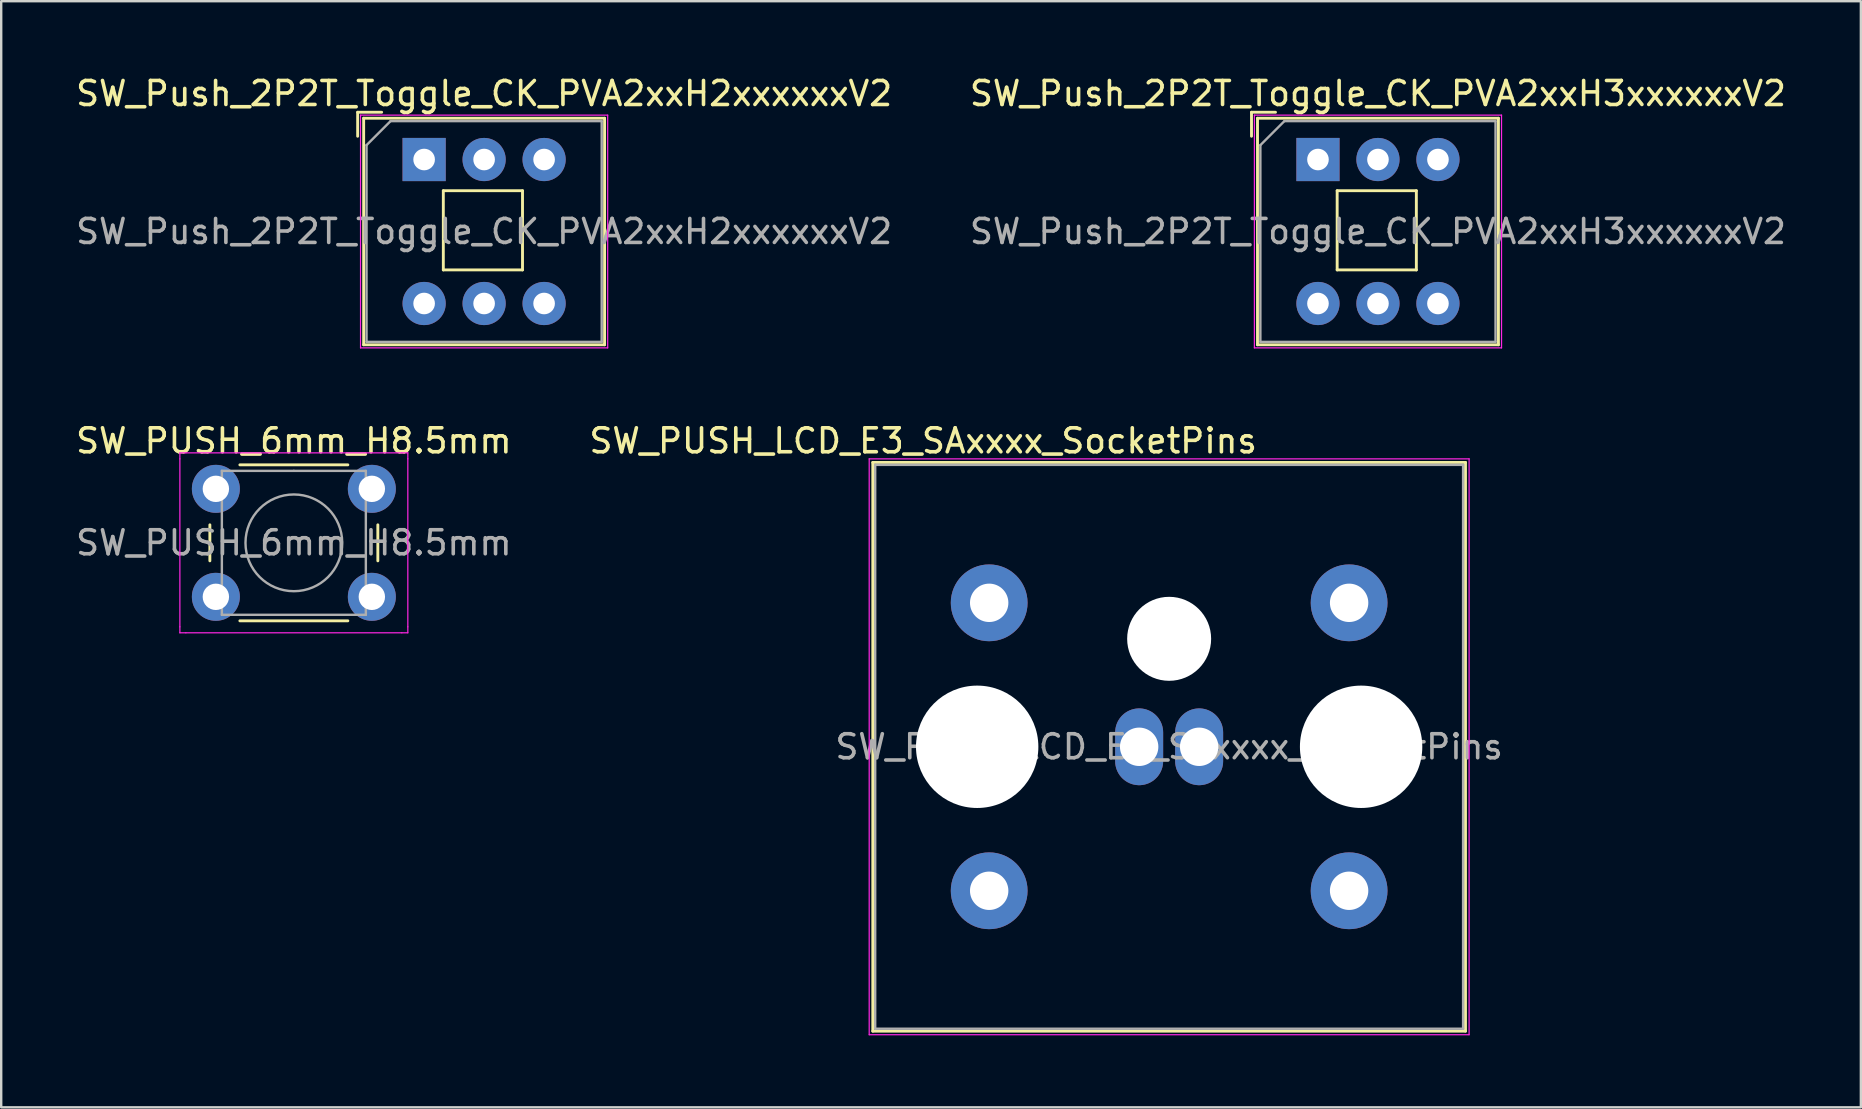
<source format=kicad_pcb>
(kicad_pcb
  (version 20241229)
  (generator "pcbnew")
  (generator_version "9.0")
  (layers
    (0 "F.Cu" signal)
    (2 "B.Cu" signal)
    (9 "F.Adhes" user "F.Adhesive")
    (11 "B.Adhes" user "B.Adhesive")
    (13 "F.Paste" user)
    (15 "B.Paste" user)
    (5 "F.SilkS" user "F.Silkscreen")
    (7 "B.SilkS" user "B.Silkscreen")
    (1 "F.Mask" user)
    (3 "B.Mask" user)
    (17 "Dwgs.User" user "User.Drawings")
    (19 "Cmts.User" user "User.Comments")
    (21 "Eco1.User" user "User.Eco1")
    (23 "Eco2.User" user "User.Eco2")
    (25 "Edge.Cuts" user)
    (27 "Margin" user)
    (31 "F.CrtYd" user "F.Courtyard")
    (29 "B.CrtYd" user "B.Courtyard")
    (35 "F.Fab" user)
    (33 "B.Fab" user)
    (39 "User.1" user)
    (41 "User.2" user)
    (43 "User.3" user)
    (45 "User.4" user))
  (footprint "SW_Push_2P2T_Toggle_CK_PVA2xxH3xxxxxxV2"
    (layer "F.Cu")
    (at 51.875 3.598)
    (property "Reference" "SW_Push_2P2T_Toggle_CK_PVA2xxH3xxxxxxV2" (at 2.5 -2.75 0) (layer "F.SilkS") (effects (font (size 1 1) (thickness 0.15))))
    (attr through_hole)
    (fp_line (start -2.77 -0.97) (end -2.77 -1.97) (stroke (width 0.12) (type solid)) (layer "F.SilkS"))
    (fp_line (start -2.52 7.72) (end -2.52 -1.72) (stroke (width 0.12) (type solid)) (layer "F.SilkS"))
    (fp_line (start -1.77 -1.97) (end -2.77 -1.97) (stroke (width 0.12) (type solid)) (layer "F.SilkS"))
    (fp_line (start 0.8 1.3) (end 0.8 4.6) (stroke (width 0.12) (type solid)) (layer "F.SilkS"))
    (fp_line (start 4.1 1.3) (end 0.8 1.3) (stroke (width 0.12) (type solid)) (layer "F.SilkS"))
    (fp_line (start 4.1 1.3) (end 4.1 4.6) (stroke (width 0.12) (type solid)) (layer "F.SilkS"))
    (fp_line (start 4.1 4.6) (end 0.8 4.6) (stroke (width 0.12) (type solid)) (layer "F.SilkS"))
    (fp_line (start 7.52 -1.72) (end -2.52 -1.72) (stroke (width 0.12) (type solid)) (layer "F.SilkS"))
    (fp_line (start 7.52 7.72) (end -2.52 7.72) (stroke (width 0.12) (type solid)) (layer "F.SilkS"))
    (fp_line (start 7.52 7.72) (end 7.52 -1.72) (stroke (width 0.12) (type solid)) (layer "F.SilkS"))
    (fp_line (start -2.65 -1.85) (end 7.65 -1.85) (stroke (width 0.05) (type solid)) (layer "F.CrtYd"))
    (fp_line (start -2.65 7.85) (end -2.65 -1.85) (stroke (width 0.05) (type solid)) (layer "F.CrtYd"))
    (fp_line (start -2.65 7.85) (end 7.65 7.85) (stroke (width 0.05) (type solid)) (layer "F.CrtYd"))
    (fp_line (start 7.65 -1.85) (end 7.65 7.85) (stroke (width 0.05) (type solid)) (layer "F.CrtYd"))
    (fp_line (start -2.4 -0.6) (end -1.4 -1.6) (stroke (width 0.1) (type solid)) (layer "F.Fab"))
    (fp_line (start -2.4 7.6) (end -2.4 -0.6) (stroke (width 0.1) (type solid)) (layer "F.Fab"))
    (fp_line (start -1.4 -1.6) (end 7.4 -1.6) (stroke (width 0.1) (type solid)) (layer "F.Fab"))
    (fp_line (start 7.4 -1.6) (end 7.4 7.6) (stroke (width 0.1) (type solid)) (layer "F.Fab"))
    (fp_line (start 7.4 7.6) (end -2.4 7.6) (stroke (width 0.1) (type solid)) (layer "F.Fab"))
    (fp_text user "${REFERENCE}" (at 2.5 3 0) (layer "F.Fab") (effects (font (size 1 1) (thickness 0.15))))
    (pad "1" thru_hole rect (at 0 0) (size 1.8 1.8) (drill 0.9) (layers "*.Cu" "*.Mask"))
    (pad "2" thru_hole circle (at 2.5 0) (size 1.8 1.8) (drill 0.9) (layers "*.Cu" "*.Mask"))
    (pad "3" thru_hole circle (at 5 0) (size 1.8 1.8) (drill 0.9) (layers "*.Cu" "*.Mask"))
    (pad "4" thru_hole circle (at 0 6) (size 1.8 1.8) (drill 0.9) (layers "*.Cu" "*.Mask"))
    (pad "5" thru_hole circle (at 2.5 6) (size 1.8 1.8) (drill 0.9) (layers "*.Cu" "*.Mask"))
    (pad "6" thru_hole circle (at 5 6) (size 1.8 1.8) (drill 0.9) (layers "*.Cu" "*.Mask")))
  (footprint "SW_PUSH_6mm_H8.5mm"
    (layer "F.Cu")
    (at 5.946 17.322)
    (property "Reference" "SW_PUSH_6mm_H8.5mm" (at 3.25 -2 0) (layer "F.SilkS") (effects (font (size 1 1) (thickness 0.15))))
    (attr through_hole)
    (fp_line (start -0.25 1.5) (end -0.25 3) (stroke (width 0.12) (type solid)) (layer "F.SilkS"))
    (fp_line (start 1 5.5) (end 5.5 5.5) (stroke (width 0.12) (type solid)) (layer "F.SilkS"))
    (fp_line (start 5.5 -1) (end 1 -1) (stroke (width 0.12) (type solid)) (layer "F.SilkS"))
    (fp_line (start 6.75 3) (end 6.75 1.5) (stroke (width 0.12) (type solid)) (layer "F.SilkS"))
    (fp_line (start -1.5 -1.5) (end -1.25 -1.5) (stroke (width 0.05) (type solid)) (layer "F.CrtYd"))
    (fp_line (start -1.5 -1.25) (end -1.5 -1.5) (stroke (width 0.05) (type solid)) (layer "F.CrtYd"))
    (fp_line (start -1.5 5.75) (end -1.5 -1.25) (stroke (width 0.05) (type solid)) (layer "F.CrtYd"))
    (fp_line (start -1.5 5.75) (end -1.5 6) (stroke (width 0.05) (type solid)) (layer "F.CrtYd"))
    (fp_line (start -1.5 6) (end -1.25 6) (stroke (width 0.05) (type solid)) (layer "F.CrtYd"))
    (fp_line (start -1.25 -1.5) (end 7.75 -1.5) (stroke (width 0.05) (type solid)) (layer "F.CrtYd"))
    (fp_line (start 7.75 -1.5) (end 8 -1.5) (stroke (width 0.05) (type solid)) (layer "F.CrtYd"))
    (fp_line (start 7.75 6) (end -1.25 6) (stroke (width 0.05) (type solid)) (layer "F.CrtYd"))
    (fp_line (start 7.75 6) (end 8 6) (stroke (width 0.05) (type solid)) (layer "F.CrtYd"))
    (fp_line (start 8 -1.5) (end 8 -1.25) (stroke (width 0.05) (type solid)) (layer "F.CrtYd"))
    (fp_line (start 8 -1.25) (end 8 5.75) (stroke (width 0.05) (type solid)) (layer "F.CrtYd"))
    (fp_line (start 8 6) (end 8 5.75) (stroke (width 0.05) (type solid)) (layer "F.CrtYd"))
    (fp_line (start 0.25 -0.75) (end 3.25 -0.75) (stroke (width 0.1) (type solid)) (layer "F.Fab"))
    (fp_line (start 0.25 5.25) (end 0.25 -0.75) (stroke (width 0.1) (type solid)) (layer "F.Fab"))
    (fp_line (start 3.25 -0.75) (end 6.25 -0.75) (stroke (width 0.1) (type solid)) (layer "F.Fab"))
    (fp_line (start 6.25 -0.75) (end 6.25 5.25) (stroke (width 0.1) (type solid)) (layer "F.Fab"))
    (fp_line (start 6.25 5.25) (end 0.25 5.25) (stroke (width 0.1) (type solid)) (layer "F.Fab"))
    (fp_circle (center 3.25 2.25) (end 1.25 2.5) (stroke (width 0.1) (type solid)) (fill no) (layer "F.Fab"))
    (fp_text user "${REFERENCE}" (at 3.25 2.25 0) (layer "F.Fab") (effects (font (size 1 1) (thickness 0.15))))
    (pad "1" thru_hole circle (at 0 0 90) (size 2 2) (drill 1.1) (layers "*.Cu" "*.Mask"))
    (pad "1" thru_hole circle (at 6.5 0 90) (size 2 2) (drill 1.1) (layers "*.Cu" "*.Mask"))
    (pad "2" thru_hole circle (at 0 4.5 90) (size 2 2) (drill 1.1) (layers "*.Cu" "*.Mask"))
    (pad "2" thru_hole circle (at 6.5 4.5 90) (size 2 2) (drill 1.1) (layers "*.Cu" "*.Mask")))
  (footprint "SW_PUSH_LCD_E3_SAxxxx_SocketPins"
    (layer "F.Cu")
    (at 53.173 22.072)
    (property "Reference" "SW_PUSH_LCD_E3_SAxxxx_SocketPins" (at -17.75 -6.75 0) (layer "F.SilkS") (effects (font (size 1 1) (thickness 0.15))))
    (attr through_hole)
    (fp_line (start -19.85 -5.85) (end -19.85 17.85) (stroke (width 0.12) (type solid)) (layer "F.SilkS"))
    (fp_line (start -19.85 17.85) (end 4.85 17.85) (stroke (width 0.12) (type solid)) (layer "F.SilkS"))
    (fp_line (start 4.85 -5.85) (end -19.85 -5.85) (stroke (width 0.12) (type solid)) (layer "F.SilkS"))
    (fp_line (start 4.85 17.85) (end 4.85 -5.85) (stroke (width 0.12) (type solid)) (layer "F.SilkS"))
    (fp_line (start -20 -6) (end -20 18) (stroke (width 0.05) (type solid)) (layer "F.CrtYd"))
    (fp_line (start -20 18) (end 5 18) (stroke (width 0.05) (type solid)) (layer "F.CrtYd"))
    (fp_line (start 5 -6) (end -20 -6) (stroke (width 0.05) (type solid)) (layer "F.CrtYd"))
    (fp_line (start 5 18) (end 5 -6) (stroke (width 0.05) (type solid)) (layer "F.CrtYd"))
    (fp_line (start -19.75 -5.75) (end -19.75 17.75) (stroke (width 0.1) (type solid)) (layer "F.Fab"))
    (fp_line (start -19.75 17.75) (end 4.75 17.75) (stroke (width 0.1) (type solid)) (layer "F.Fab"))
    (fp_line (start 4.75 -5.75) (end -19.75 -5.75) (stroke (width 0.1) (type solid)) (layer "F.Fab"))
    (fp_line (start 4.75 -5.75) (end 4.75 17.75) (stroke (width 0.1) (type solid)) (layer "F.Fab"))
    (fp_text user "${REFERENCE}" (at -7.5 6 0) (layer "F.Fab") (effects (font (size 1 1) (thickness 0.15))))
    (pad "" np_thru_hole circle (at -15.5 6) (size 5.1 5.1) (drill 5.1) (layers "*.Cu" "*.Mask"))
    (pad "" np_thru_hole circle (at -7.5 1.5) (size 3.5 3.5) (drill 3.5) (layers "*.Cu" "*.Mask"))
    (pad "" np_thru_hole circle (at 0.5 6) (size 5.1 5.1) (drill 5.1) (layers "*.Cu" "*.Mask"))
    (pad "1" thru_hole circle (at 0 0) (size 3.2 3.2) (drill 1.6) (layers "*.Cu" "*.Mask"))
    (pad "2" thru_hole circle (at 0 12) (size 3.2 3.2) (drill 1.6) (layers "*.Cu" "*.Mask"))
    (pad "3" thru_hole circle (at -15 0) (size 3.2 3.2) (drill 1.6) (layers "*.Cu" "*.Mask"))
    (pad "4" thru_hole circle (at -15 12) (size 3.2 3.2) (drill 1.6) (layers "*.Cu" "*.Mask"))
    (pad "5" thru_hole oval (at -8.75 6) (size 2 3.2) (drill 1.6) (layers "*.Cu" "*.Mask"))
    (pad "6" thru_hole oval (at -6.25 6) (size 2 3.2) (drill 1.6) (layers "*.Cu" "*.Mask")))
  (footprint "SW_Push_2P2T_Toggle_CK_PVA2xxH2xxxxxxV2"
    (layer "F.Cu")
    (at 14.625 3.598)
    (property "Reference" "SW_Push_2P2T_Toggle_CK_PVA2xxH2xxxxxxV2" (at 2.5 -2.75 0) (layer "F.SilkS") (effects (font (size 1 1) (thickness 0.15))))
    (attr through_hole)
    (fp_line (start -2.77 -0.97) (end -2.77 -1.97) (stroke (width 0.12) (type solid)) (layer "F.SilkS"))
    (fp_line (start -2.52 7.72) (end -2.52 -1.72) (stroke (width 0.12) (type solid)) (layer "F.SilkS"))
    (fp_line (start -1.77 -1.97) (end -2.77 -1.97) (stroke (width 0.12) (type solid)) (layer "F.SilkS"))
    (fp_line (start 0.8 1.3) (end 0.8 4.6) (stroke (width 0.12) (type solid)) (layer "F.SilkS"))
    (fp_line (start 4.1 1.3) (end 0.8 1.3) (stroke (width 0.12) (type solid)) (layer "F.SilkS"))
    (fp_line (start 4.1 1.3) (end 4.1 4.6) (stroke (width 0.12) (type solid)) (layer "F.SilkS"))
    (fp_line (start 4.1 4.6) (end 0.8 4.6) (stroke (width 0.12) (type solid)) (layer "F.SilkS"))
    (fp_line (start 7.52 -1.72) (end -2.52 -1.72) (stroke (width 0.12) (type solid)) (layer "F.SilkS"))
    (fp_line (start 7.52 7.72) (end -2.52 7.72) (stroke (width 0.12) (type solid)) (layer "F.SilkS"))
    (fp_line (start 7.52 7.72) (end 7.52 -1.72) (stroke (width 0.12) (type solid)) (layer "F.SilkS"))
    (fp_line (start -2.65 -1.85) (end 7.65 -1.85) (stroke (width 0.05) (type solid)) (layer "F.CrtYd"))
    (fp_line (start -2.65 7.85) (end -2.65 -1.85) (stroke (width 0.05) (type solid)) (layer "F.CrtYd"))
    (fp_line (start -2.65 7.85) (end 7.65 7.85) (stroke (width 0.05) (type solid)) (layer "F.CrtYd"))
    (fp_line (start 7.65 -1.85) (end 7.65 7.85) (stroke (width 0.05) (type solid)) (layer "F.CrtYd"))
    (fp_line (start -2.4 -0.6) (end -1.4 -1.6) (stroke (width 0.1) (type solid)) (layer "F.Fab"))
    (fp_line (start -2.4 7.6) (end -2.4 -0.6) (stroke (width 0.1) (type solid)) (layer "F.Fab"))
    (fp_line (start -1.4 -1.6) (end 7.4 -1.6) (stroke (width 0.1) (type solid)) (layer "F.Fab"))
    (fp_line (start 7.4 -1.6) (end 7.4 7.6) (stroke (width 0.1) (type solid)) (layer "F.Fab"))
    (fp_line (start 7.4 7.6) (end -2.4 7.6) (stroke (width 0.1) (type solid)) (layer "F.Fab"))
    (fp_text user "${REFERENCE}" (at 2.5 3 0) (layer "F.Fab") (effects (font (size 1 1) (thickness 0.15))))
    (pad "1" thru_hole rect (at 0 0) (size 1.8 1.8) (drill 0.9) (layers "*.Cu" "*.Mask"))
    (pad "2" thru_hole circle (at 2.5 0) (size 1.8 1.8) (drill 0.9) (layers "*.Cu" "*.Mask"))
    (pad "3" thru_hole circle (at 5 0) (size 1.8 1.8) (drill 0.9) (layers "*.Cu" "*.Mask"))
    (pad "4" thru_hole circle (at 0 6) (size 1.8 1.8) (drill 0.9) (layers "*.Cu" "*.Mask"))
    (pad "5" thru_hole circle (at 2.5 6) (size 1.8 1.8) (drill 0.9) (layers "*.Cu" "*.Mask"))
    (pad "6" thru_hole circle (at 5 6) (size 1.8 1.8) (drill 0.9) (layers "*.Cu" "*.Mask")))
  (gr_rect
    (start -3 -3)
    (end 74.5 43.096)
    (stroke (width 0.1) (type default))
    (fill no)
    (layer "Edge.Cuts")))
</source>
